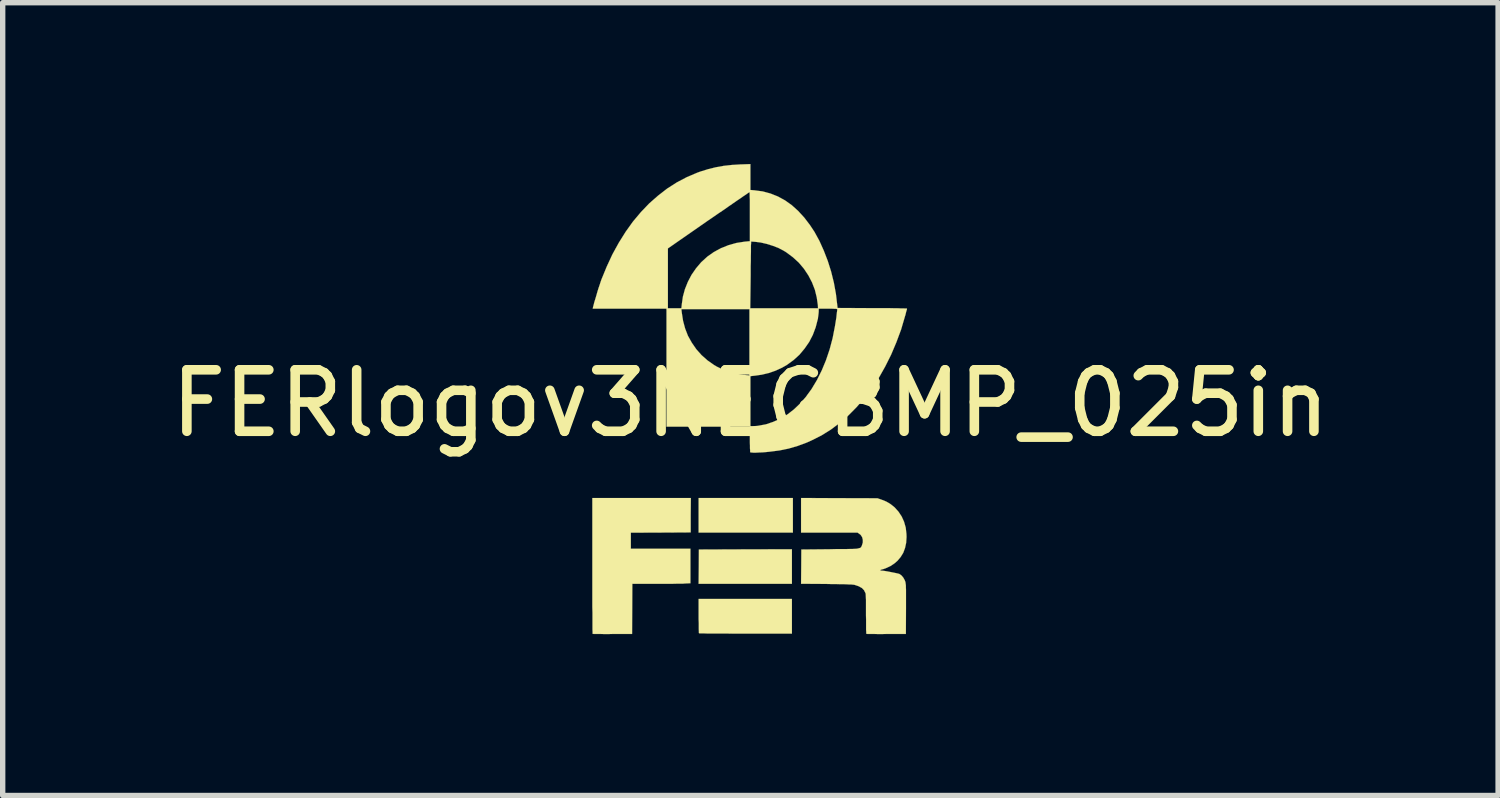
<source format=kicad_pcb>
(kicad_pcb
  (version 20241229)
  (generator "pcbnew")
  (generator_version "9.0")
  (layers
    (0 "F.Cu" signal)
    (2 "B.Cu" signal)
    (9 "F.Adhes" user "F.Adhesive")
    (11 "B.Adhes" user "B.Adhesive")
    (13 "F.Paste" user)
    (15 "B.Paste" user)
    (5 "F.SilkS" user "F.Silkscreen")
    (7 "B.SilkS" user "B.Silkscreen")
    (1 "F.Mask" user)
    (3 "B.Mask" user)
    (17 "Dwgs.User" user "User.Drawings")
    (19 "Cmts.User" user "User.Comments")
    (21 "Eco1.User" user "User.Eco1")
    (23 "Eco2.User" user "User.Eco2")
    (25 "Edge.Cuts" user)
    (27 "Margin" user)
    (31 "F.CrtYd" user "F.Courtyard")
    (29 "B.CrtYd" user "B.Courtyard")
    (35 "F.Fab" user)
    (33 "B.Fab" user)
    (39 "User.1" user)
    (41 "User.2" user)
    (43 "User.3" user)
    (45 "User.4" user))
  (footprint "FERlogov3NEGBMP_025in"
    (layer "F.Cu")
    (at 10.902 4.449)
    (property "Reference" "FERlogov3NEGBMP_025in" (at 0 0 0) (layer "F.SilkS") (effects (font (size 1.143 1.143) (thickness 0.178))))
    (attr through_hole)
    (fp_poly (pts (xy 0.772 3.355) (xy -0.097 3.355) (xy -0.963 3.355) (xy -0.96 3.038) (xy -0.958 2.718) (xy -0.094 2.715) (xy 0.772 2.713) (xy 0.772 3.035) (xy 0.772 3.355)) (stroke (width 0.003) (type solid)) (fill yes) (layer "F.SilkS"))
    (fp_poly (pts (xy 0.79 2.403) (xy -0.086 2.403) (xy -0.963 2.403) (xy -0.963 2.083) (xy -0.963 1.76) (xy -0.086 1.76) (xy 0.79 1.76) (xy 0.79 2.083) (xy 0.79 2.403)) (stroke (width 0.003) (type solid)) (fill yes) (layer "F.SilkS"))
    (fp_poly (pts (xy 0.772 4.282) (xy -0.089 4.282) (xy -0.213 4.282) (xy -0.33 4.282) (xy -0.442 4.28) (xy -0.546 4.28) (xy -0.643 4.28) (xy -0.726 4.28) (xy -0.8 4.28) (xy -0.861 4.277) (xy -0.907 4.277) (xy -0.94 4.277) (xy -0.955 4.275) (xy -0.958 4.265) (xy -0.958 4.239) (xy -0.96 4.199) (xy -0.96 4.148) (xy -0.96 4.084) (xy -0.963 4.016) (xy -0.963 3.955) (xy -0.963 3.637) (xy -0.097 3.637) (xy 0.772 3.637) (xy 0.772 3.96) (xy 0.772 4.282)) (stroke (width 0.003) (type solid)) (fill yes) (layer "F.SilkS"))
    (fp_poly (pts (xy -1.107 1.76) (xy -1.11 2.08) (xy -1.11 2.4) (xy -1.666 2.403) (xy -2.223 2.405) (xy -2.223 2.553) (xy -2.223 2.703) (xy -1.669 2.703) (xy -1.115 2.703) (xy -1.115 3.023) (xy -1.115 3.345) (xy -1.227 3.35) (xy -1.257 3.353) (xy -1.306 3.353) (xy -1.367 3.353) (xy -1.44 3.355) (xy -1.519 3.355) (xy -1.605 3.355) (xy -1.697 3.355) (xy -1.765 3.355) (xy -2.195 3.355) (xy -2.197 3.823) (xy -2.2 4.288) (xy -2.563 4.288) (xy -2.642 4.29) (xy -2.718 4.29) (xy -2.784 4.288) (xy -2.84 4.288) (xy -2.885 4.288) (xy -2.916 4.288) (xy -2.931 4.285) (xy -2.934 4.285) (xy -2.934 4.275) (xy -2.934 4.249) (xy -2.936 4.206) (xy -2.936 4.148) (xy -2.936 4.077) (xy -2.936 3.99) (xy -2.936 3.894) (xy -2.939 3.787) (xy -2.939 3.67) (xy -2.939 3.543) (xy -2.939 3.409) (xy -2.939 3.269) (xy -2.939 3.122) (xy -2.939 3.02) (xy -2.939 1.76) (xy -2.022 1.76) (xy -1.107 1.76)) (stroke (width 0.003) (type solid)) (fill yes) (layer "F.SilkS"))
    (fp_poly (pts (xy 2.903 2.484) (xy 2.896 2.593) (xy 2.875 2.69) (xy 2.842 2.779) (xy 2.794 2.857) (xy 2.736 2.926) (xy 2.677 2.977) (xy 2.609 3.023) (xy 2.535 3.058) (xy 2.466 3.084) (xy 2.454 3.086) (xy 2.426 3.094) (xy 2.416 3.101) (xy 2.421 3.109) (xy 2.443 3.111) (xy 2.451 3.111) (xy 2.477 3.114) (xy 2.512 3.119) (xy 2.558 3.127) (xy 2.609 3.137) (xy 2.659 3.147) (xy 2.708 3.157) (xy 2.743 3.165) (xy 2.769 3.172) (xy 2.774 3.175) (xy 2.809 3.2) (xy 2.842 3.239) (xy 2.87 3.289) (xy 2.88 3.317) (xy 2.883 3.327) (xy 2.885 3.343) (xy 2.888 3.363) (xy 2.891 3.388) (xy 2.891 3.421) (xy 2.893 3.465) (xy 2.893 3.518) (xy 2.893 3.581) (xy 2.893 3.663) (xy 2.893 3.757) (xy 2.893 3.823) (xy 2.891 4.288) (xy 2.525 4.288) (xy 2.446 4.29) (xy 2.372 4.29) (xy 2.306 4.288) (xy 2.25 4.288) (xy 2.205 4.288) (xy 2.174 4.288) (xy 2.156 4.285) (xy 2.154 4.275) (xy 2.154 4.249) (xy 2.151 4.209) (xy 2.151 4.155) (xy 2.151 4.092) (xy 2.151 4.021) (xy 2.149 3.945) (xy 2.149 3.919) (xy 2.149 3.81) (xy 2.149 3.721) (xy 2.149 3.65) (xy 2.146 3.594) (xy 2.144 3.553) (xy 2.141 3.531) (xy 2.139 3.528) (xy 2.113 3.475) (xy 2.073 3.434) (xy 2.014 3.401) (xy 1.946 3.378) (xy 1.928 3.373) (xy 1.905 3.371) (xy 1.877 3.368) (xy 1.841 3.368) (xy 1.798 3.365) (xy 1.742 3.363) (xy 1.674 3.363) (xy 1.593 3.36) (xy 1.496 3.36) (xy 1.412 3.358) (xy 0.942 3.355) (xy 0.945 3.035) (xy 0.947 2.718) (xy 1.478 2.713) (xy 1.595 2.71) (xy 1.692 2.71) (xy 1.775 2.71) (xy 1.844 2.708) (xy 1.9 2.708) (xy 1.946 2.705) (xy 1.981 2.703) (xy 2.007 2.697) (xy 2.027 2.692) (xy 2.042 2.687) (xy 2.052 2.68) (xy 2.06 2.672) (xy 2.065 2.659) (xy 2.07 2.649) (xy 2.073 2.644) (xy 2.09 2.588) (xy 2.09 2.537) (xy 2.078 2.489) (xy 2.05 2.446) (xy 2.024 2.426) (xy 1.991 2.403) (xy 1.468 2.403) (xy 0.942 2.403) (xy 0.942 2.08) (xy 0.942 1.76) (xy 1.654 1.763) (xy 2.362 1.765) (xy 2.443 1.793) (xy 2.525 1.826) (xy 2.596 1.867) (xy 2.662 1.918) (xy 2.682 1.935) (xy 2.753 2.014) (xy 2.812 2.103) (xy 2.857 2.202) (xy 2.888 2.311) (xy 2.901 2.428) (xy 2.903 2.484)) (stroke (width 0.003) (type solid)) (fill yes) (layer "F.SilkS"))
    (fp_poly (pts (xy 2.911 -1.76) (xy 2.911 -1.75) (xy 2.903 -1.725) (xy 2.893 -1.689) (xy 2.883 -1.646) (xy 2.875 -1.621) (xy 2.802 -1.372) (xy 2.713 -1.133) (xy 2.616 -0.904) (xy 2.507 -0.686) (xy 2.39 -0.478) (xy 2.261 -0.284) (xy 2.123 -0.102) (xy 1.979 0.066) (xy 1.826 0.221) (xy 1.664 0.363) (xy 1.615 0.399) (xy 1.615 -1.748) (xy 1.613 -1.75) (xy 1.603 -1.755) (xy 1.585 -1.758) (xy 1.557 -1.758) (xy 1.516 -1.76) (xy 1.458 -1.76) (xy 1.443 -1.76) (xy 1.27 -1.76) (xy 1.27 -1.707) (xy 1.267 -1.671) (xy 1.262 -1.628) (xy 1.257 -1.593) (xy 1.257 -1.768) (xy 1.255 -1.821) (xy 1.234 -1.968) (xy 1.199 -2.111) (xy 1.146 -2.248) (xy 1.079 -2.377) (xy 0.996 -2.502) (xy 0.902 -2.614) (xy 0.792 -2.715) (xy 0.673 -2.804) (xy 0.615 -2.84) (xy 0.523 -2.888) (xy 0.417 -2.929) (xy 0.305 -2.964) (xy 0.193 -2.99) (xy 0.099 -3.002) (xy 0.064 -3.005) (xy 0.033 -3.007) (xy 0.015 -3.007) (xy 0.013 -3.007) (xy 0.013 -3) (xy 0.013 -2.974) (xy 0.01 -2.934) (xy 0.01 -2.878) (xy 0.01 -2.812) (xy 0.008 -2.733) (xy 0.008 -2.647) (xy 0.005 -2.553) (xy 0.005 -2.451) (xy 0.005 -2.388) (xy -0.003 -1.768) (xy 0.627 -1.768) (xy 1.257 -1.768) (xy 1.257 -1.593) (xy 1.257 -1.582) (xy 1.252 -1.562) (xy 1.214 -1.415) (xy 1.161 -1.273) (xy 1.092 -1.14) (xy 1.008 -1.019) (xy 0.912 -0.904) (xy 0.803 -0.805) (xy 0.681 -0.716) (xy 0.589 -0.663) (xy 0.467 -0.607) (xy 0.343 -0.564) (xy 0.213 -0.533) (xy 0.097 -0.516) (xy 0 -0.505) (xy 0 -0.041) (xy 0 0.427) (xy 0.036 0.427) (xy 0.058 0.424) (xy 0.097 0.422) (xy 0.137 0.419) (xy 0.145 0.417) (xy 0.287 0.391) (xy 0.424 0.345) (xy 0.559 0.284) (xy 0.686 0.208) (xy 0.808 0.114) (xy 0.925 0.003) (xy 1.029 -0.117) (xy 1.138 -0.267) (xy 1.237 -0.432) (xy 1.326 -0.61) (xy 1.405 -0.8) (xy 1.473 -1.001) (xy 1.529 -1.212) (xy 1.572 -1.433) (xy 1.598 -1.593) (xy 1.603 -1.643) (xy 1.608 -1.687) (xy 1.613 -1.72) (xy 1.615 -1.742) (xy 1.615 -1.748) (xy 1.615 0.399) (xy 1.496 0.488) (xy 1.321 0.597) (xy 1.14 0.688) (xy 1.049 0.729) (xy 0.879 0.792) (xy 0.711 0.841) (xy 0.541 0.876) (xy 0.361 0.899) (xy 0.282 0.907) (xy 0.218 0.912) (xy 0.157 0.914) (xy 0.102 0.917) (xy 0.056 0.917) (xy 0.02 0.914) (xy 0 0.912) (xy -0.003 0.909) (xy -0.005 0.899) (xy -0.005 0.874) (xy -0.008 0.836) (xy -0.008 0.785) (xy -0.01 0.726) (xy -0.01 0.671) (xy -0.01 0.434) (xy -0.01 -3.015) (xy -0.01 -3.472) (xy -0.01 -3.561) (xy -0.01 -3.645) (xy -0.01 -3.721) (xy -0.01 -3.787) (xy -0.013 -3.843) (xy -0.013 -3.886) (xy -0.015 -3.914) (xy -0.018 -3.927) (xy -0.025 -3.922) (xy -0.048 -3.907) (xy -0.084 -3.881) (xy -0.13 -3.851) (xy -0.188 -3.81) (xy -0.257 -3.764) (xy -0.333 -3.711) (xy -0.417 -3.653) (xy -0.508 -3.589) (xy -0.607 -3.523) (xy -0.709 -3.452) (xy -0.78 -3.404) (xy -1.534 -2.88) (xy -1.534 -2.324) (xy -1.534 -1.768) (xy -1.407 -1.768) (xy -1.283 -1.768) (xy -1.275 -1.844) (xy -1.255 -1.984) (xy -1.217 -2.123) (xy -1.163 -2.258) (xy -1.095 -2.388) (xy -1.011 -2.51) (xy -0.917 -2.621) (xy -0.912 -2.626) (xy -0.8 -2.728) (xy -0.678 -2.814) (xy -0.546 -2.885) (xy -0.406 -2.941) (xy -0.259 -2.982) (xy -0.112 -3.005) (xy -0.01 -3.015) (xy -0.01 0.434) (xy -0.018 0.434) (xy -0.018 -1.133) (xy -0.018 -1.75) (xy -0.65 -1.75) (xy -1.283 -1.75) (xy -1.275 -1.681) (xy -1.252 -1.534) (xy -1.214 -1.392) (xy -1.161 -1.255) (xy -1.09 -1.128) (xy -1.006 -1.006) (xy -0.909 -0.897) (xy -0.8 -0.8) (xy -0.678 -0.714) (xy -0.622 -0.681) (xy -0.508 -0.627) (xy -0.386 -0.584) (xy -0.257 -0.551) (xy -0.13 -0.528) (xy -0.107 -0.528) (xy -0.069 -0.523) (xy -0.041 -0.521) (xy -0.023 -0.518) (xy -0.02 -0.518) (xy -0.02 -0.526) (xy -0.02 -0.551) (xy -0.02 -0.592) (xy -0.02 -0.648) (xy -0.018 -0.714) (xy -0.018 -0.79) (xy -0.018 -0.876) (xy -0.018 -0.973) (xy -0.018 -1.072) (xy -0.018 -1.133) (xy -0.018 0.434) (xy -0.785 0.434) (xy -1.56 0.434) (xy -1.56 -0.663) (xy -1.56 -1.76) (xy -2.245 -1.76) (xy -2.931 -1.76) (xy -2.926 -1.788) (xy -2.916 -1.826) (xy -2.903 -1.877) (xy -2.885 -1.935) (xy -2.865 -2.002) (xy -2.845 -2.073) (xy -2.824 -2.141) (xy -2.802 -2.205) (xy -2.784 -2.261) (xy -2.771 -2.299) (xy -2.672 -2.54) (xy -2.565 -2.771) (xy -2.446 -2.987) (xy -2.319 -3.19) (xy -2.182 -3.381) (xy -2.035 -3.556) (xy -1.882 -3.716) (xy -1.717 -3.861) (xy -1.547 -3.993) (xy -1.369 -4.107) (xy -1.181 -4.206) (xy -0.988 -4.288) (xy -0.927 -4.31) (xy -0.785 -4.354) (xy -0.643 -4.389) (xy -0.498 -4.415) (xy -0.345 -4.432) (xy -0.18 -4.442) (xy -0.17 -4.442) (xy 0 -4.448) (xy 0 -4.206) (xy 0 -3.967) (xy 0.079 -3.96) (xy 0.229 -3.94) (xy 0.373 -3.901) (xy 0.511 -3.846) (xy 0.643 -3.774) (xy 0.767 -3.686) (xy 0.886 -3.579) (xy 1.001 -3.454) (xy 1.107 -3.315) (xy 1.191 -3.188) (xy 1.283 -3.02) (xy 1.364 -2.84) (xy 1.438 -2.649) (xy 1.501 -2.449) (xy 1.552 -2.243) (xy 1.59 -2.035) (xy 1.608 -1.882) (xy 1.621 -1.773) (xy 2.266 -1.77) (xy 2.372 -1.77) (xy 2.474 -1.77) (xy 2.568 -1.77) (xy 2.654 -1.768) (xy 2.728 -1.768) (xy 2.794 -1.765) (xy 2.845 -1.765) (xy 2.883 -1.763) (xy 2.906 -1.763) (xy 2.911 -1.76)) (stroke (width 0.003) (type solid)) (fill yes) (layer "F.SilkS")))
  (gr_rect
    (start -3 -3)
    (end 24.804 11.74)
    (stroke (width 0.1) (type default))
    (fill no)
    (layer "Edge.Cuts")))
</source>
